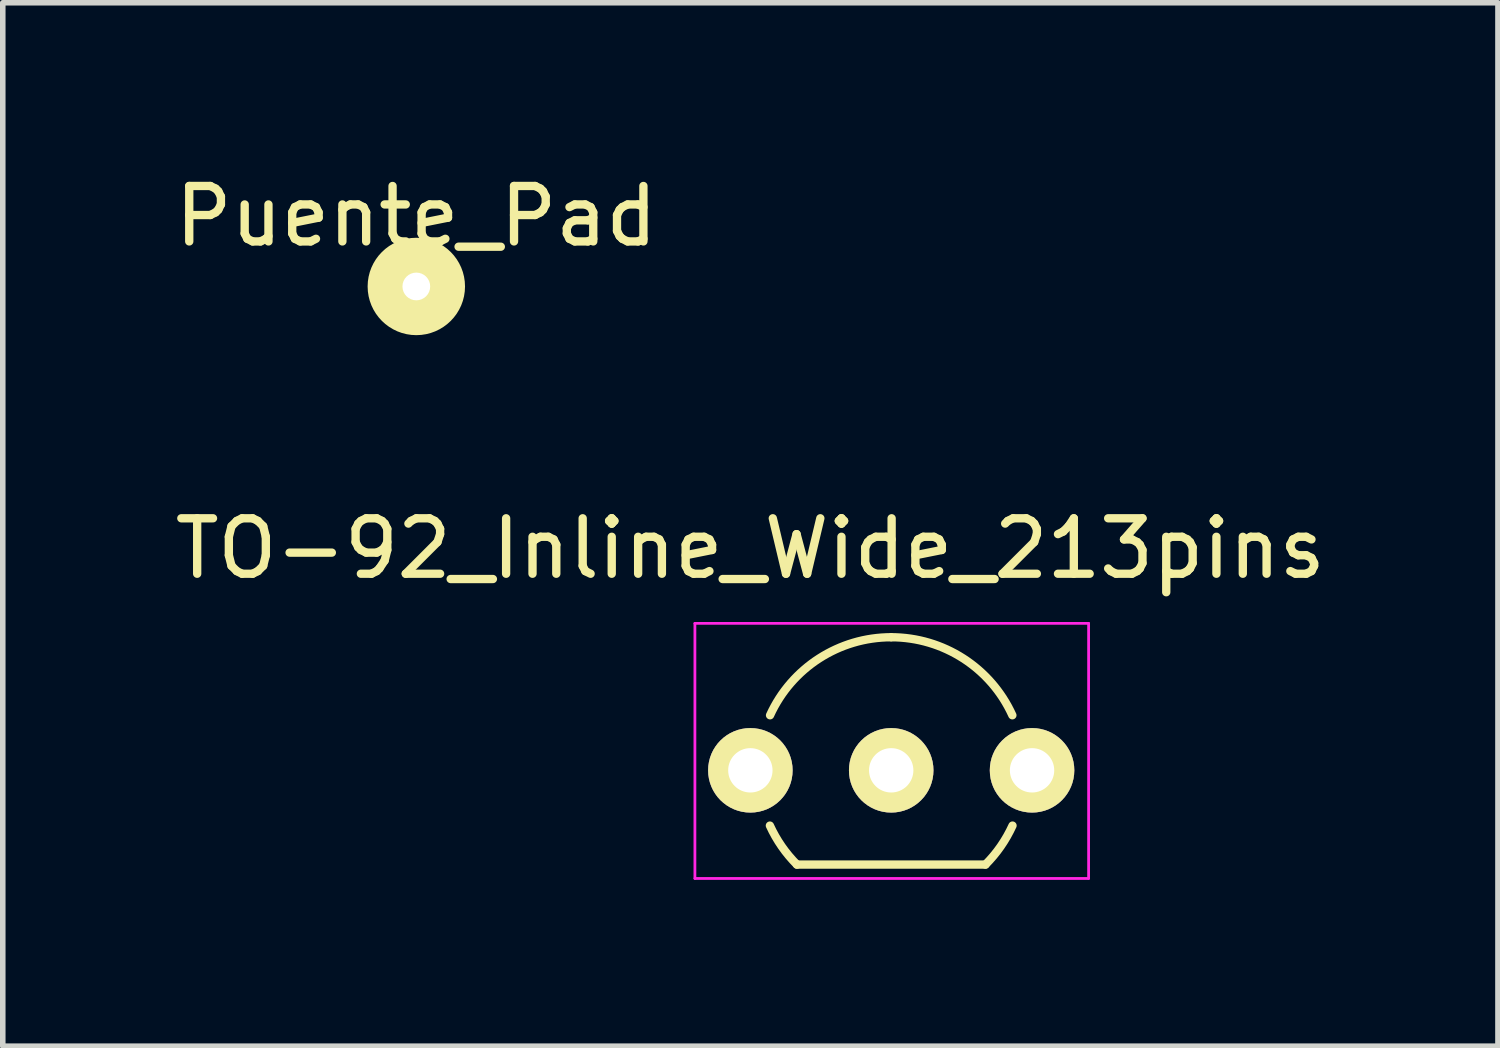
<source format=kicad_pcb>
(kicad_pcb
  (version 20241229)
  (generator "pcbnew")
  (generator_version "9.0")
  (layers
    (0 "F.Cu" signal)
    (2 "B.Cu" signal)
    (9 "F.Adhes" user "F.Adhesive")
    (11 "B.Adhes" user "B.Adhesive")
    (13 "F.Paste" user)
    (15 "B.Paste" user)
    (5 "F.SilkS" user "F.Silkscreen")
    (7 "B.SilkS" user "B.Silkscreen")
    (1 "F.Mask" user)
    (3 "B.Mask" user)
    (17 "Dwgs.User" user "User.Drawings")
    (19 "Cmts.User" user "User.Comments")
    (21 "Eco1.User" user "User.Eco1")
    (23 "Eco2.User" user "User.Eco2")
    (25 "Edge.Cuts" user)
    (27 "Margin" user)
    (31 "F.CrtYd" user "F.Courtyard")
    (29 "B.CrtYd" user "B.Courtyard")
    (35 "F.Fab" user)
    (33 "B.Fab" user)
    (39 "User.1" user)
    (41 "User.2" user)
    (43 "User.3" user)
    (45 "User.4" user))
  (footprint "TO-92_Inline_Wide_213pins"
    (layer "F.Cu")
    (at 10.482 10.842)
    (property "Reference" "TO-92_Inline_Wide_213pins" (at 0 -4 0) (layer "F.SilkS") (effects (font (size 1 1) (thickness 0.15))))
    (attr through_hole)
    (fp_line (start 0.84 1.7) (end 4.24 1.7) (stroke (width 0.15) (type solid)) (layer "F.SilkS"))
    (fp_arc (start 0.355121 -0.993127) (mid 1.240675 -2.017858) (end 2.54 -2.4) (stroke (width 0.15) (type solid)) (layer "F.SilkS"))
    (fp_arc (start 0.84 1.7) (mid 0.564627 1.370365) (end 0.352305 0.99699) (stroke (width 0.15) (type solid)) (layer "F.SilkS"))
    (fp_arc (start 2.54 -2.4) (mid 3.839326 -2.017858) (end 4.724879 -0.993127) (stroke (width 0.15) (type solid)) (layer "F.SilkS"))
    (fp_arc (start 4.727695 0.99699) (mid 4.515373 1.370365) (end 4.24 1.7) (stroke (width 0.15) (type solid)) (layer "F.SilkS"))
    (fp_line (start -1 -2.65) (end 6.1 -2.65) (stroke (width 0.05) (type solid)) (layer "F.CrtYd"))
    (fp_line (start -1 1.95) (end -1 -2.65) (stroke (width 0.05) (type solid)) (layer "F.CrtYd"))
    (fp_line (start -1 1.95) (end 6.1 1.95) (stroke (width 0.05) (type solid)) (layer "F.CrtYd"))
    (fp_line (start 6.1 1.95) (end 6.1 -2.65) (stroke (width 0.05) (type solid)) (layer "F.CrtYd"))
    (pad "1" thru_hole circle (at 2.54 0 90) (size 1.524 1.524) (drill 0.8) (layers "*.Cu" "*.Mask" "F.SilkS"))
    (pad "2" thru_hole circle (at 0 0 90) (size 1.524 1.524) (drill 0.8) (layers "*.Cu" "*.Mask" "F.SilkS"))
    (pad "3" thru_hole circle (at 5.08 0 90) (size 1.524 1.524) (drill 0.8) (layers "*.Cu" "*.Mask" "F.SilkS")))
  (footprint "Puente_Pad"
    (layer "F.Cu")
    (at 4.458 2.116)
    (property "Reference" "Puente_Pad" (at 0 -1.267 0) (layer "F.SilkS") (effects (font (size 1 1) (thickness 0.15))))
    (attr through_hole)
    (fp_circle (center 0 0) (end -0.254 -0.762) (stroke (width 0.15) (type solid)) (fill no) (layer "F.SilkS"))
    (pad "1" thru_hole circle (at 0 0) (size 1.5 1.5) (drill 0.5) (layers "*.Cu" "*.Mask" "F.SilkS")))
  (gr_rect
    (start -3 -3)
    (end 23.964 15.817)
    (stroke (width 0.1) (type default))
    (fill no)
    (layer "Edge.Cuts")))
</source>
